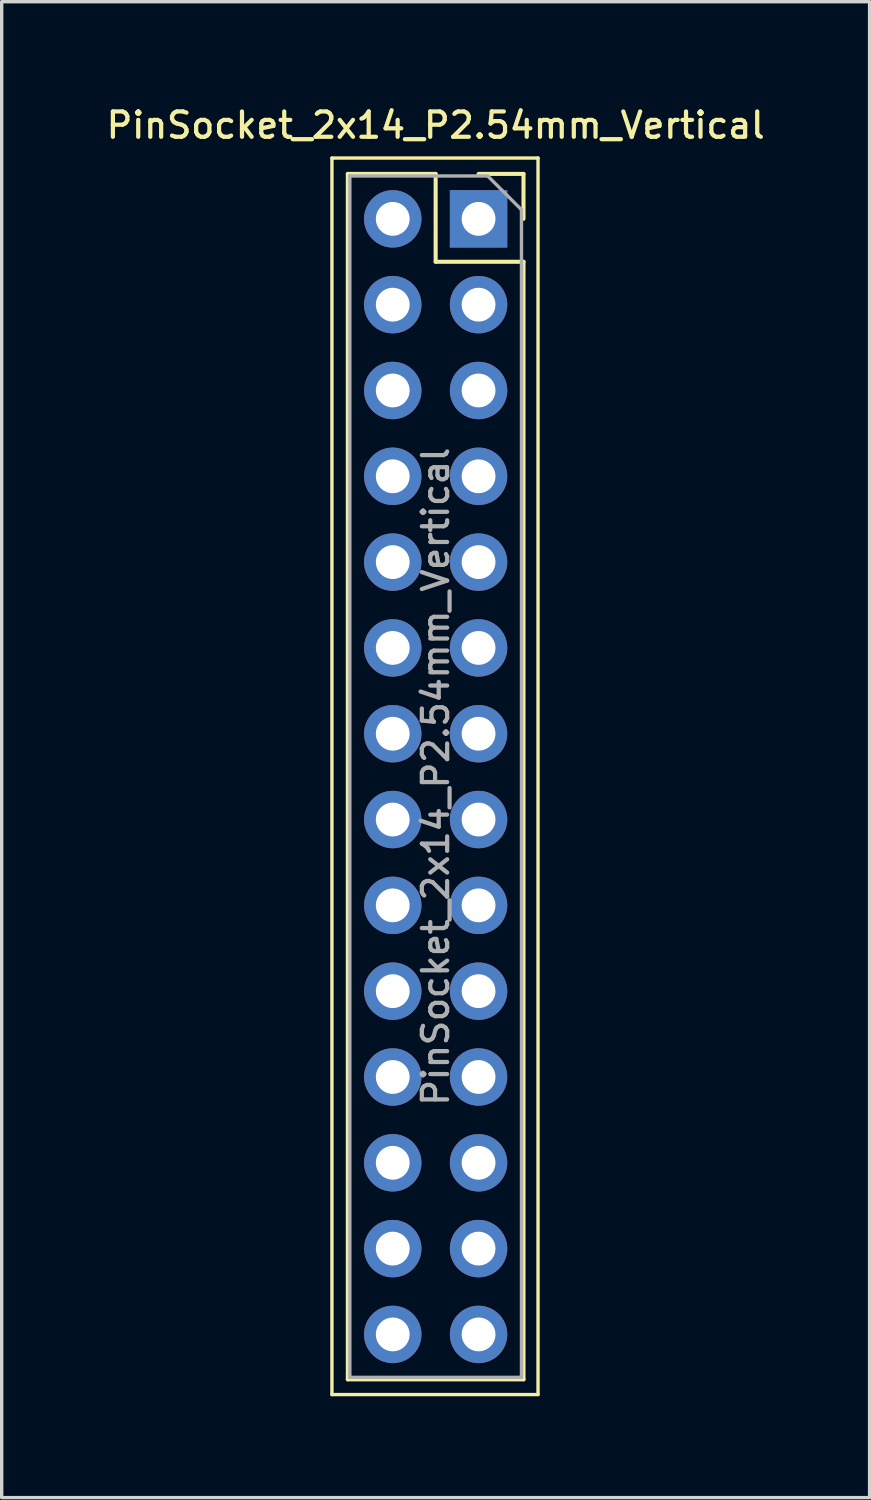
<source format=kicad_pcb>
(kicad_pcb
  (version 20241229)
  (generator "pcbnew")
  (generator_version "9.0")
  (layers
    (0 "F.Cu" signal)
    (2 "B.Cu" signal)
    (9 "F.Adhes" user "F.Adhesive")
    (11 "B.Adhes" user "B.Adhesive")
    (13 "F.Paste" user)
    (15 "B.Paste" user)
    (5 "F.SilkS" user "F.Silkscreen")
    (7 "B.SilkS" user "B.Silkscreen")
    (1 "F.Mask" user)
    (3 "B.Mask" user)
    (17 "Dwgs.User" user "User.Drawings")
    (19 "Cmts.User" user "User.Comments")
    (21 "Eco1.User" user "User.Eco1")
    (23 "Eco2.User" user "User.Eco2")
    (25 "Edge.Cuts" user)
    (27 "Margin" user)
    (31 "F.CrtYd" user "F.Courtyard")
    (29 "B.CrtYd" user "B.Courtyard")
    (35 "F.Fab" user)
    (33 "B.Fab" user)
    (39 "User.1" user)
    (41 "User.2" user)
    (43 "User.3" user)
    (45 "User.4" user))
  (footprint "PinSocket_2x14_P2.54mm_Vertical"
    (layer "F.Cu")
    (at 11.115 3.428)
    (property "Reference" "PinSocket_2x14_P2.54mm_Vertical" (at -1.27 -2.77 0) (layer "F.SilkS") (effects (font (size 0.75 0.75) (thickness 0.125))))
    (attr through_hole)
    (fp_line (start -4.34 -1.8) (end 1.76 -1.8) (stroke (width 0.1) (type solid)) (layer "F.SilkS"))
    (fp_line (start -4.34 34.8) (end -4.34 -1.8) (stroke (width 0.1) (type solid)) (layer "F.SilkS"))
    (fp_line (start -3.87 -1.33) (end -3.87 34.35) (stroke (width 0.12) (type solid)) (layer "F.SilkS"))
    (fp_line (start -3.87 -1.33) (end -1.27 -1.33) (stroke (width 0.12) (type solid)) (layer "F.SilkS"))
    (fp_line (start -3.87 34.35) (end 1.33 34.35) (stroke (width 0.12) (type solid)) (layer "F.SilkS"))
    (fp_line (start -1.27 -1.33) (end -1.27 1.27) (stroke (width 0.12) (type solid)) (layer "F.SilkS"))
    (fp_line (start -1.27 1.27) (end 1.33 1.27) (stroke (width 0.12) (type solid)) (layer "F.SilkS"))
    (fp_line (start 0 -1.33) (end 1.33 -1.33) (stroke (width 0.12) (type solid)) (layer "F.SilkS"))
    (fp_line (start 1.33 -1.33) (end 1.33 0) (stroke (width 0.12) (type solid)) (layer "F.SilkS"))
    (fp_line (start 1.33 1.27) (end 1.33 34.35) (stroke (width 0.12) (type solid)) (layer "F.SilkS"))
    (fp_line (start 1.76 -1.8) (end 1.76 34.8) (stroke (width 0.1) (type solid)) (layer "F.SilkS"))
    (fp_line (start 1.76 34.8) (end -4.34 34.8) (stroke (width 0.1) (type solid)) (layer "F.SilkS"))
    (fp_line (start -3.81 -1.27) (end 0.27 -1.27) (stroke (width 0.1) (type solid)) (layer "F.Fab"))
    (fp_line (start -3.81 34.29) (end -3.81 -1.27) (stroke (width 0.1) (type solid)) (layer "F.Fab"))
    (fp_line (start 0.27 -1.27) (end 1.27 -0.27) (stroke (width 0.1) (type solid)) (layer "F.Fab"))
    (fp_line (start 1.27 -0.27) (end 1.27 34.29) (stroke (width 0.1) (type solid)) (layer "F.Fab"))
    (fp_line (start 1.27 34.29) (end -3.81 34.29) (stroke (width 0.1) (type solid)) (layer "F.Fab"))
    (fp_text user "${REFERENCE}" (at -1.27 16.51 90) (layer "F.Fab") (effects (font (size 0.75 0.75) (thickness 0.125))))
    (pad "1" thru_hole rect (at 0 0) (size 1.7 1.7) (drill 1) (layers "*.Cu" "*.Mask"))
    (pad "2" thru_hole oval (at -2.54 0) (size 1.7 1.7) (drill 1) (layers "*.Cu" "*.Mask"))
    (pad "3" thru_hole oval (at 0 2.54) (size 1.7 1.7) (drill 1) (layers "*.Cu" "*.Mask"))
    (pad "4" thru_hole oval (at -2.54 2.54) (size 1.7 1.7) (drill 1) (layers "*.Cu" "*.Mask"))
    (pad "5" thru_hole oval (at 0 5.08) (size 1.7 1.7) (drill 1) (layers "*.Cu" "*.Mask"))
    (pad "6" thru_hole oval (at -2.54 5.08) (size 1.7 1.7) (drill 1) (layers "*.Cu" "*.Mask"))
    (pad "7" thru_hole oval (at 0 7.62) (size 1.7 1.7) (drill 1) (layers "*.Cu" "*.Mask"))
    (pad "8" thru_hole oval (at -2.54 7.62) (size 1.7 1.7) (drill 1) (layers "*.Cu" "*.Mask"))
    (pad "9" thru_hole oval (at 0 10.16) (size 1.7 1.7) (drill 1) (layers "*.Cu" "*.Mask"))
    (pad "10" thru_hole oval (at -2.54 10.16) (size 1.7 1.7) (drill 1) (layers "*.Cu" "*.Mask"))
    (pad "11" thru_hole oval (at 0 12.7) (size 1.7 1.7) (drill 1) (layers "*.Cu" "*.Mask"))
    (pad "12" thru_hole oval (at -2.54 12.7) (size 1.7 1.7) (drill 1) (layers "*.Cu" "*.Mask"))
    (pad "13" thru_hole oval (at 0 15.24) (size 1.7 1.7) (drill 1) (layers "*.Cu" "*.Mask"))
    (pad "14" thru_hole oval (at -2.54 15.24) (size 1.7 1.7) (drill 1) (layers "*.Cu" "*.Mask"))
    (pad "15" thru_hole oval (at 0 17.78) (size 1.7 1.7) (drill 1) (layers "*.Cu" "*.Mask"))
    (pad "16" thru_hole oval (at -2.54 17.78) (size 1.7 1.7) (drill 1) (layers "*.Cu" "*.Mask"))
    (pad "17" thru_hole oval (at 0 20.32) (size 1.7 1.7) (drill 1) (layers "*.Cu" "*.Mask"))
    (pad "18" thru_hole oval (at -2.54 20.32) (size 1.7 1.7) (drill 1) (layers "*.Cu" "*.Mask"))
    (pad "19" thru_hole oval (at 0 22.86) (size 1.7 1.7) (drill 1) (layers "*.Cu" "*.Mask"))
    (pad "20" thru_hole oval (at -2.54 22.86) (size 1.7 1.7) (drill 1) (layers "*.Cu" "*.Mask"))
    (pad "21" thru_hole oval (at 0 25.4) (size 1.7 1.7) (drill 1) (layers "*.Cu" "*.Mask"))
    (pad "22" thru_hole oval (at -2.54 25.4) (size 1.7 1.7) (drill 1) (layers "*.Cu" "*.Mask"))
    (pad "23" thru_hole oval (at 0 27.94) (size 1.7 1.7) (drill 1) (layers "*.Cu" "*.Mask"))
    (pad "24" thru_hole oval (at -2.54 27.94) (size 1.7 1.7) (drill 1) (layers "*.Cu" "*.Mask"))
    (pad "25" thru_hole oval (at 0 30.48) (size 1.7 1.7) (drill 1) (layers "*.Cu" "*.Mask"))
    (pad "26" thru_hole oval (at -2.54 30.48) (size 1.7 1.7) (drill 1) (layers "*.Cu" "*.Mask"))
    (pad "27" thru_hole oval (at 0 33.02) (size 1.7 1.7) (drill 1) (layers "*.Cu" "*.Mask"))
    (pad "28" thru_hole oval (at -2.54 33.02) (size 1.7 1.7) (drill 1) (layers "*.Cu" "*.Mask")))
  (gr_rect
    (start -3 -3)
    (end 22.689 41.278)
    (stroke (width 0.1) (type default))
    (fill no)
    (layer "Edge.Cuts")))
</source>
